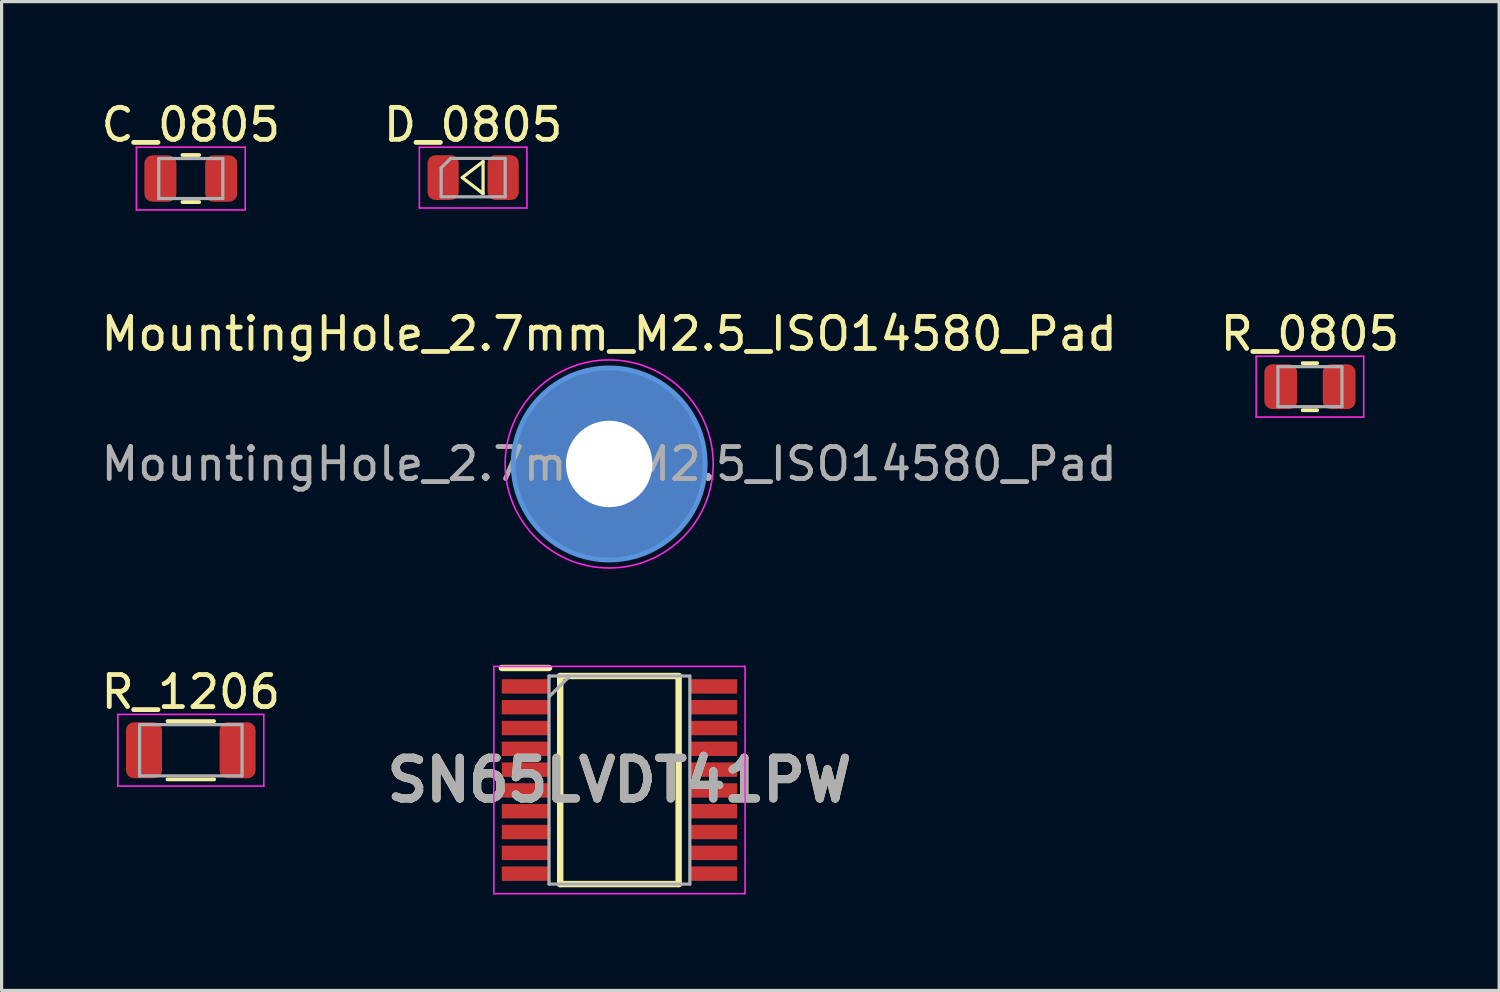
<source format=kicad_pcb>
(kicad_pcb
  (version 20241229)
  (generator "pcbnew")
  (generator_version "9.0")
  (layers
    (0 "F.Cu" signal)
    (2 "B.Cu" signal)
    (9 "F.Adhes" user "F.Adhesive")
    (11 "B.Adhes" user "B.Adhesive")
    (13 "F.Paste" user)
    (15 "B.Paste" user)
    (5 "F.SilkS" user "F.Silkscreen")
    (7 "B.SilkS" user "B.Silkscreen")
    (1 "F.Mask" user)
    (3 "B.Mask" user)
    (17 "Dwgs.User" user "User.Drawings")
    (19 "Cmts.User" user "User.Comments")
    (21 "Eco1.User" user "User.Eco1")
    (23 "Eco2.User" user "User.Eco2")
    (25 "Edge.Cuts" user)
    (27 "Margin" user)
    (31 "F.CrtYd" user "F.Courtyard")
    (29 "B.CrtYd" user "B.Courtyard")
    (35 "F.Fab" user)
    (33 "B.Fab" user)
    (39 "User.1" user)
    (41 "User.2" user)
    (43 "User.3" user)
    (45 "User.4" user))
  (footprint "R_1206"
    (layer "F.Cu")
    (at 2.911 20.389)
    (property "Reference" "R_1206" (at 0 -1.82 0) (layer "F.SilkS") (effects (font (size 1 1) (thickness 0.15))))
    (attr smd)
    (fp_line (start -0.727 -0.91) (end 0.727 -0.91) (stroke (width 0.12) (type solid)) (layer "F.SilkS"))
    (fp_line (start -0.727 0.91) (end 0.727 0.91) (stroke (width 0.12) (type solid)) (layer "F.SilkS"))
    (fp_line (start -2.28 -1.12) (end 2.28 -1.12) (stroke (width 0.05) (type solid)) (layer "F.CrtYd"))
    (fp_line (start -2.28 1.12) (end -2.28 -1.12) (stroke (width 0.05) (type solid)) (layer "F.CrtYd"))
    (fp_line (start 2.28 -1.12) (end 2.28 1.12) (stroke (width 0.05) (type solid)) (layer "F.CrtYd"))
    (fp_line (start 2.28 1.12) (end -2.28 1.12) (stroke (width 0.05) (type solid)) (layer "F.CrtYd"))
    (fp_line (start -1.6 -0.8) (end 1.6 -0.8) (stroke (width 0.1) (type solid)) (layer "F.Fab"))
    (fp_line (start -1.6 0.8) (end -1.6 -0.8) (stroke (width 0.1) (type solid)) (layer "F.Fab"))
    (fp_line (start 1.6 -0.8) (end 1.6 0.8) (stroke (width 0.1) (type solid)) (layer "F.Fab"))
    (fp_line (start 1.6 0.8) (end -1.6 0.8) (stroke (width 0.1) (type solid)) (layer "F.Fab"))
    (pad "1" smd roundrect (at -1.462 0) (size 1.125 1.75) (layers "F.Cu" "F.Mask" "F.Paste") (roundrect_rratio 0.222))
    (pad "2" smd roundrect (at 1.462 0) (size 1.125 1.75) (layers "F.Cu" "F.Mask" "F.Paste") (roundrect_rratio 0.222)))
  (footprint "D_0805"
    (layer "F.Cu")
    (at 11.732 2.498)
    (property "Reference" "D_0805" (at 0 -1.65 0) (layer "F.SilkS") (effects (font (size 1 1) (thickness 0.15))))
    (attr smd)
    (fp_line (start -0.34 0) (end 0.31 0.5) (stroke (width 0.1) (type default)) (layer "F.SilkS"))
    (fp_line (start 0.31 -0.5) (end -0.34 0) (stroke (width 0.1) (type default)) (layer "F.SilkS"))
    (fp_line (start 0.31 -0.5) (end 0.31 0.5) (stroke (width 0.1) (type default)) (layer "F.SilkS"))
    (fp_line (start -1.68 -0.95) (end 1.68 -0.95) (stroke (width 0.05) (type solid)) (layer "F.CrtYd"))
    (fp_line (start -1.68 0.95) (end -1.68 -0.95) (stroke (width 0.05) (type solid)) (layer "F.CrtYd"))
    (fp_line (start 1.68 -0.95) (end 1.68 0.95) (stroke (width 0.05) (type solid)) (layer "F.CrtYd"))
    (fp_line (start 1.68 0.95) (end -1.68 0.95) (stroke (width 0.05) (type solid)) (layer "F.CrtYd"))
    (fp_line (start -1 -0.3) (end -1 0.6) (stroke (width 0.1) (type solid)) (layer "F.Fab"))
    (fp_line (start -1 0.6) (end 1 0.6) (stroke (width 0.1) (type solid)) (layer "F.Fab"))
    (fp_line (start -0.7 -0.6) (end -1 -0.3) (stroke (width 0.1) (type solid)) (layer "F.Fab"))
    (fp_line (start 1 -0.6) (end -0.7 -0.6) (stroke (width 0.1) (type solid)) (layer "F.Fab"))
    (fp_line (start 1 0.6) (end 1 -0.6) (stroke (width 0.1) (type solid)) (layer "F.Fab"))
    (pad "1" smd roundrect (at -0.938 0) (size 0.975 1.4) (layers "F.Cu" "F.Mask" "F.Paste") (roundrect_rratio 0.25))
    (pad "2" smd roundrect (at 0.938 0) (size 0.975 1.4) (layers "F.Cu" "F.Mask" "F.Paste") (roundrect_rratio 0.25)))
  (footprint "MountingHole_2.7mm_M2.5_ISO14580_Pad"
    (layer "F.Cu")
    (at 15.982 11.445)
    (property "Reference" "MountingHole_2.7mm_M2.5_ISO14580_Pad" (at 0 -4.064 0) (layer "F.SilkS") (effects (font (size 1 1) (thickness 0.15))))
    (attr exclude_from_pos_files exclude_from_bom)
    (fp_circle (center 0 0) (end 3 0) (stroke (width 0.15) (type solid)) (fill no) (layer "Cmts.User"))
    (fp_circle (center 0 0) (end 3.25 0) (stroke (width 0.05) (type solid)) (fill no) (layer "F.CrtYd"))
    (fp_text user "${REFERENCE}" (at 0 0 0) (layer "F.Fab") (effects (font (size 1 1) (thickness 0.15))))
    (pad "1" thru_hole circle (at 0 0) (size 6 6) (drill 2.7) (layers "*.Cu" "*.Mask")))
  (footprint "C_0805"
    (layer "F.Cu")
    (at 2.911 2.528)
    (property "Reference" "C_0805" (at 0 -1.68 0) (layer "F.SilkS") (effects (font (size 1 1) (thickness 0.15))))
    (attr smd)
    (fp_line (start -0.261 -0.735) (end 0.261 -0.735) (stroke (width 0.12) (type solid)) (layer "F.SilkS"))
    (fp_line (start -0.261 0.735) (end 0.261 0.735) (stroke (width 0.12) (type solid)) (layer "F.SilkS"))
    (fp_line (start -1.7 -0.98) (end 1.7 -0.98) (stroke (width 0.05) (type solid)) (layer "F.CrtYd"))
    (fp_line (start -1.7 0.98) (end -1.7 -0.98) (stroke (width 0.05) (type solid)) (layer "F.CrtYd"))
    (fp_line (start 1.7 -0.98) (end 1.7 0.98) (stroke (width 0.05) (type solid)) (layer "F.CrtYd"))
    (fp_line (start 1.7 0.98) (end -1.7 0.98) (stroke (width 0.05) (type solid)) (layer "F.CrtYd"))
    (fp_line (start -1 -0.625) (end 1 -0.625) (stroke (width 0.1) (type solid)) (layer "F.Fab"))
    (fp_line (start -1 0.625) (end -1 -0.625) (stroke (width 0.1) (type solid)) (layer "F.Fab"))
    (fp_line (start 1 -0.625) (end 1 0.625) (stroke (width 0.1) (type solid)) (layer "F.Fab"))
    (fp_line (start 1 0.625) (end -1 0.625) (stroke (width 0.1) (type solid)) (layer "F.Fab"))
    (pad "1" smd roundrect (at -0.95 0) (size 1 1.45) (layers "F.Cu" "F.Mask" "F.Paste") (roundrect_rratio 0.25))
    (pad "2" smd roundrect (at 0.95 0) (size 1 1.45) (layers "F.Cu" "F.Mask" "F.Paste") (roundrect_rratio 0.25)))
  (footprint "R_0805"
    (layer "F.Cu")
    (at 37.875 9.031)
    (property "Reference" "R_0805" (at 0 -1.65 0) (layer "F.SilkS") (effects (font (size 1 1) (thickness 0.15))))
    (attr smd)
    (fp_line (start -0.227 -0.735) (end 0.227 -0.735) (stroke (width 0.12) (type solid)) (layer "F.SilkS"))
    (fp_line (start -0.227 0.735) (end 0.227 0.735) (stroke (width 0.12) (type solid)) (layer "F.SilkS"))
    (fp_line (start -1.68 -0.95) (end 1.68 -0.95) (stroke (width 0.05) (type solid)) (layer "F.CrtYd"))
    (fp_line (start -1.68 0.95) (end -1.68 -0.95) (stroke (width 0.05) (type solid)) (layer "F.CrtYd"))
    (fp_line (start 1.68 -0.95) (end 1.68 0.95) (stroke (width 0.05) (type solid)) (layer "F.CrtYd"))
    (fp_line (start 1.68 0.95) (end -1.68 0.95) (stroke (width 0.05) (type solid)) (layer "F.CrtYd"))
    (fp_line (start -1 -0.625) (end 1 -0.625) (stroke (width 0.1) (type solid)) (layer "F.Fab"))
    (fp_line (start -1 0.625) (end -1 -0.625) (stroke (width 0.1) (type solid)) (layer "F.Fab"))
    (fp_line (start 1 -0.625) (end 1 0.625) (stroke (width 0.1) (type solid)) (layer "F.Fab"))
    (fp_line (start 1 0.625) (end -1 0.625) (stroke (width 0.1) (type solid)) (layer "F.Fab"))
    (pad "1" smd roundrect (at -0.912 0) (size 1.025 1.4) (layers "F.Cu" "F.Mask" "F.Paste") (roundrect_rratio 0.244))
    (pad "2" smd roundrect (at 0.912 0) (size 1.025 1.4) (layers "F.Cu" "F.Mask" "F.Paste") (roundrect_rratio 0.244)))
  (footprint "SN65LVDT41PW"
    (layer "F.Cu")
    (at 16.302 21.32)
    (property "Reference" "SN65LVDT41PW" (at 0 0 0) (layer "F.SilkS") (effects (font (size 1.27 1.27) (thickness 0.254))))
    (attr smd)
    (fp_line (start -3.675 -3.5) (end -2.2 -3.5) (stroke (width 0.2) (type solid)) (layer "F.SilkS"))
    (fp_line (start -1.85 -3.25) (end 1.85 -3.25) (stroke (width 0.2) (type solid)) (layer "F.SilkS"))
    (fp_line (start -1.85 3.25) (end -1.85 -3.25) (stroke (width 0.2) (type solid)) (layer "F.SilkS"))
    (fp_line (start 1.85 -3.25) (end 1.85 3.25) (stroke (width 0.2) (type solid)) (layer "F.SilkS"))
    (fp_line (start 1.85 3.25) (end -1.85 3.25) (stroke (width 0.2) (type solid)) (layer "F.SilkS"))
    (fp_line (start -3.925 -3.55) (end 3.925 -3.55) (stroke (width 0.05) (type solid)) (layer "F.CrtYd"))
    (fp_line (start -3.925 3.55) (end -3.925 -3.55) (stroke (width 0.05) (type solid)) (layer "F.CrtYd"))
    (fp_line (start 3.925 -3.55) (end 3.925 3.55) (stroke (width 0.05) (type solid)) (layer "F.CrtYd"))
    (fp_line (start 3.925 3.55) (end -3.925 3.55) (stroke (width 0.05) (type solid)) (layer "F.CrtYd"))
    (fp_line (start -2.2 -3.25) (end 2.2 -3.25) (stroke (width 0.1) (type solid)) (layer "F.Fab"))
    (fp_line (start -2.2 -2.6) (end -1.55 -3.25) (stroke (width 0.1) (type solid)) (layer "F.Fab"))
    (fp_line (start -2.2 3.25) (end -2.2 -3.25) (stroke (width 0.1) (type solid)) (layer "F.Fab"))
    (fp_line (start 2.2 -3.25) (end 2.2 3.25) (stroke (width 0.1) (type solid)) (layer "F.Fab"))
    (fp_line (start 2.2 3.25) (end -2.2 3.25) (stroke (width 0.1) (type solid)) (layer "F.Fab"))
    (fp_text user "${REFERENCE}" (at 0 0 0) (layer "F.Fab") (effects (font (size 1.27 1.27) (thickness 0.254))))
    (pad "1" smd rect (at -2.938 -2.925 90) (size 0.45 1.475) (layers "F.Cu" "F.Mask" "F.Paste"))
    (pad "2" smd rect (at -2.938 -2.275 90) (size 0.45 1.475) (layers "F.Cu" "F.Mask" "F.Paste"))
    (pad "3" smd rect (at -2.938 -1.625 90) (size 0.45 1.475) (layers "F.Cu" "F.Mask" "F.Paste"))
    (pad "4" smd rect (at -2.938 -0.975 90) (size 0.45 1.475) (layers "F.Cu" "F.Mask" "F.Paste"))
    (pad "5" smd rect (at -2.938 -0.325 90) (size 0.45 1.475) (layers "F.Cu" "F.Mask" "F.Paste"))
    (pad "6" smd rect (at -2.938 0.325 90) (size 0.45 1.475) (layers "F.Cu" "F.Mask" "F.Paste"))
    (pad "7" smd rect (at -2.938 0.975 90) (size 0.45 1.475) (layers "F.Cu" "F.Mask" "F.Paste"))
    (pad "8" smd rect (at -2.938 1.625 90) (size 0.45 1.475) (layers "F.Cu" "F.Mask" "F.Paste"))
    (pad "9" smd rect (at -2.938 2.275 90) (size 0.45 1.475) (layers "F.Cu" "F.Mask" "F.Paste"))
    (pad "10" smd rect (at -2.938 2.925 90) (size 0.45 1.475) (layers "F.Cu" "F.Mask" "F.Paste"))
    (pad "11" smd rect (at 2.938 2.925 90) (size 0.45 1.475) (layers "F.Cu" "F.Mask" "F.Paste"))
    (pad "12" smd rect (at 2.938 2.275 90) (size 0.45 1.475) (layers "F.Cu" "F.Mask" "F.Paste"))
    (pad "13" smd rect (at 2.938 1.625 90) (size 0.45 1.475) (layers "F.Cu" "F.Mask" "F.Paste"))
    (pad "14" smd rect (at 2.938 0.975 90) (size 0.45 1.475) (layers "F.Cu" "F.Mask" "F.Paste"))
    (pad "15" smd rect (at 2.938 0.325 90) (size 0.45 1.475) (layers "F.Cu" "F.Mask" "F.Paste"))
    (pad "16" smd rect (at 2.938 -0.325 90) (size 0.45 1.475) (layers "F.Cu" "F.Mask" "F.Paste"))
    (pad "17" smd rect (at 2.938 -0.975 90) (size 0.45 1.475) (layers "F.Cu" "F.Mask" "F.Paste"))
    (pad "18" smd rect (at 2.938 -1.625 90) (size 0.45 1.475) (layers "F.Cu" "F.Mask" "F.Paste"))
    (pad "19" smd rect (at 2.938 -2.275 90) (size 0.45 1.475) (layers "F.Cu" "F.Mask" "F.Paste"))
    (pad "20" smd rect (at 2.938 -2.925 90) (size 0.45 1.475) (layers "F.Cu" "F.Mask" "F.Paste")))
  (gr_rect
    (start -3 -3)
    (end 43.786 27.895)
    (stroke (width 0.1) (type default))
    (fill no)
    (layer "Edge.Cuts")))
</source>
